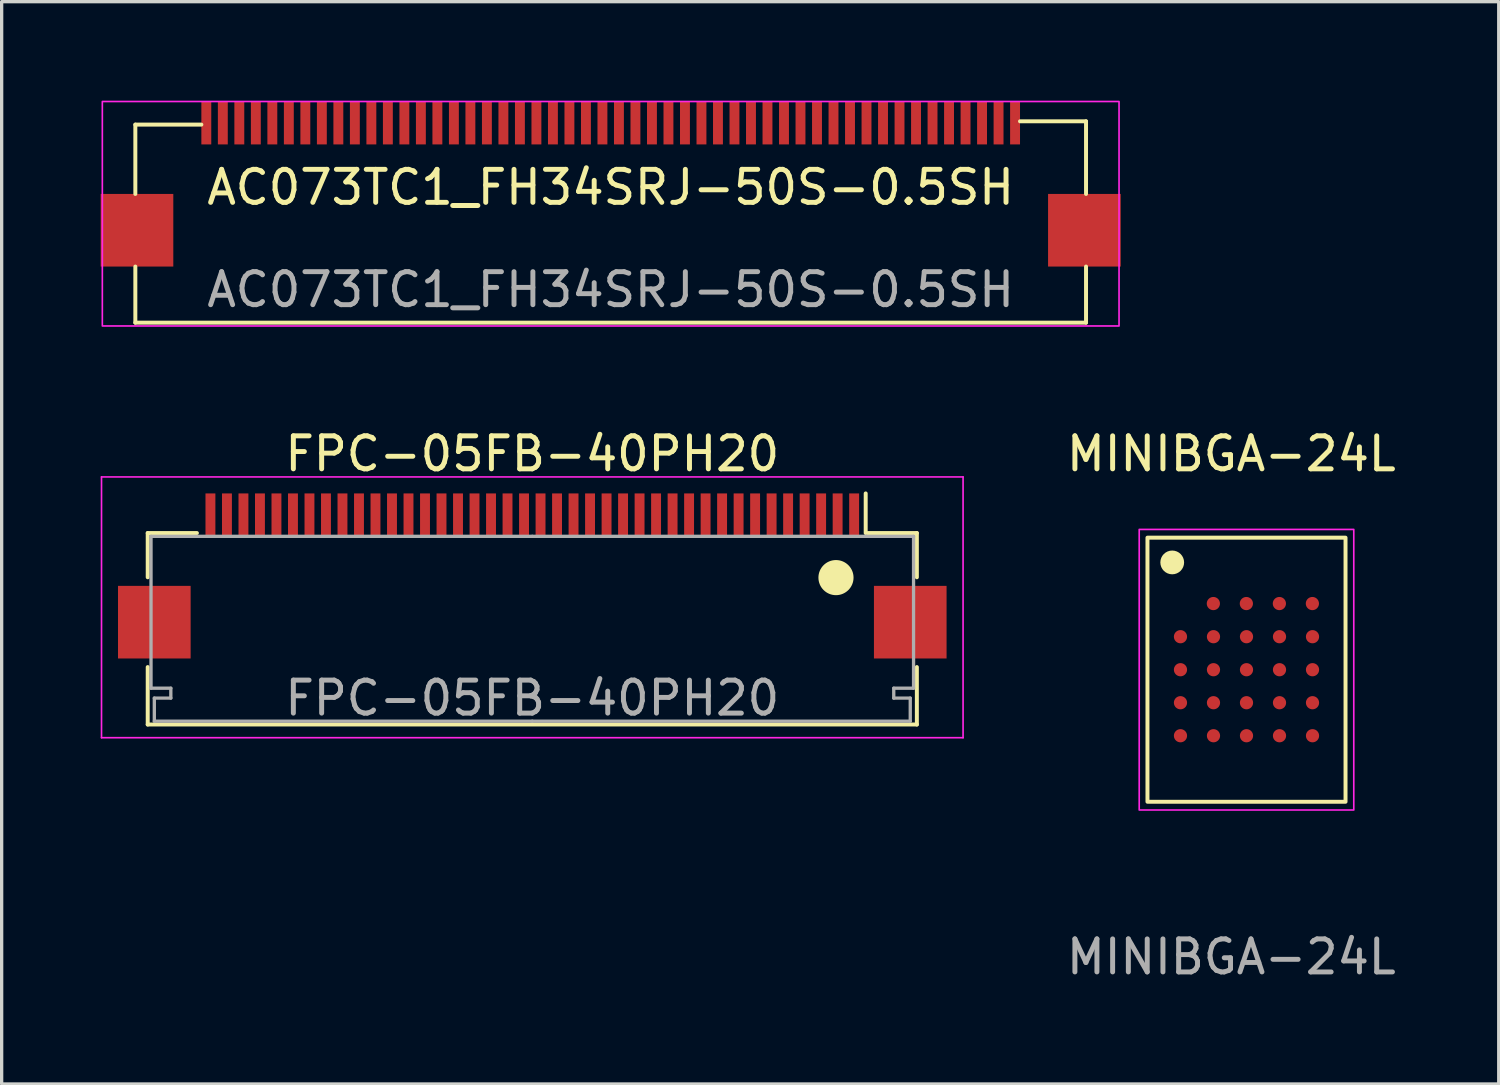
<source format=kicad_pcb>
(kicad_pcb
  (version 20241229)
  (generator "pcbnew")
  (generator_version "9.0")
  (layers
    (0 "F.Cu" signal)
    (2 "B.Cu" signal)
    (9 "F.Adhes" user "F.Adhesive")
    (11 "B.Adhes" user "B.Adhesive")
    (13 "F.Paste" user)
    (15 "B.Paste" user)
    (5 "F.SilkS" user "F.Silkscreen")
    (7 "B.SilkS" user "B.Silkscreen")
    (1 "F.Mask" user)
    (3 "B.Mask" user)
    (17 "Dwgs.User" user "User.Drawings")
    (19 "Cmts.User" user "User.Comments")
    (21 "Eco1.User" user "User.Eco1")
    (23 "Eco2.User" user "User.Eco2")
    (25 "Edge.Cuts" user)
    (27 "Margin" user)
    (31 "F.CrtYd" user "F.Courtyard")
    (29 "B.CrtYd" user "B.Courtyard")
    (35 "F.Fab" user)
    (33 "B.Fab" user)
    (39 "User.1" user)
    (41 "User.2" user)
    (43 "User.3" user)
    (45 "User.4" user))
  (footprint "AC073TC1_FH34SRJ-50S-0.5SH"
    (layer "F.Cu")
    (at 15.45 3.925)
    (property "Reference" "AC073TC1_FH34SRJ-50S-0.5SH" (at 0 -1.3 0) (unlocked yes) (layer "F.SilkS") (effects (font (size 1 1) (thickness 0.15))))
    (attr smd)
    (fp_line (start -14.4 -3.2) (end -12.4 -3.2) (stroke (width 0.12) (type default)) (layer "F.SilkS"))
    (fp_line (start -14.4 -1.1) (end -14.4 -3.2) (stroke (width 0.12) (type default)) (layer "F.SilkS"))
    (fp_line (start -14.4 2.8) (end -14.4 1.1) (stroke (width 0.12) (type default)) (layer "F.SilkS"))
    (fp_line (start 12.4 -3.3) (end 14.4 -3.3) (stroke (width 0.12) (type default)) (layer "F.SilkS"))
    (fp_line (start 14.4 -3.3) (end 14.4 -1.1) (stroke (width 0.12) (type default)) (layer "F.SilkS"))
    (fp_line (start 14.4 1.1) (end 14.4 2.8) (stroke (width 0.12) (type default)) (layer "F.SilkS"))
    (fp_line (start 14.4 2.8) (end -14.4 2.8) (stroke (width 0.12) (type default)) (layer "F.SilkS"))
    (fp_rect (start -15.4 -3.9) (end 15.4 2.9) (stroke (width 0.05) (type default)) (fill no) (layer "F.CrtYd"))
    (fp_text user "${REFERENCE}" (at 0 1.8 0) (unlocked yes) (layer "F.Fab") (effects (font (size 1 1) (thickness 0.15))))
    (pad "1" smd rect (at 12.25 -3.25) (size 0.3 1.3) (layers "F.Cu" "F.Mask" "F.Paste"))
    (pad "2" smd rect (at 11.75 -3.25) (size 0.3 1.3) (layers "F.Cu" "F.Mask" "F.Paste"))
    (pad "3" smd rect (at 11.25 -3.25) (size 0.3 1.3) (layers "F.Cu" "F.Mask" "F.Paste"))
    (pad "4" smd rect (at 10.75 -3.25) (size 0.3 1.3) (layers "F.Cu" "F.Mask" "F.Paste"))
    (pad "5" smd rect (at 10.25 -3.25) (size 0.3 1.3) (layers "F.Cu" "F.Mask" "F.Paste"))
    (pad "6" smd rect (at 9.75 -3.25) (size 0.3 1.3) (layers "F.Cu" "F.Mask" "F.Paste"))
    (pad "7" smd rect (at 9.25 -3.25) (size 0.3 1.3) (layers "F.Cu" "F.Mask" "F.Paste"))
    (pad "8" smd rect (at 8.75 -3.25) (size 0.3 1.3) (layers "F.Cu" "F.Mask" "F.Paste"))
    (pad "9" smd rect (at 8.25 -3.25) (size 0.3 1.3) (layers "F.Cu" "F.Mask" "F.Paste"))
    (pad "10" smd rect (at 7.75 -3.25) (size 0.3 1.3) (layers "F.Cu" "F.Mask" "F.Paste"))
    (pad "11" smd rect (at 7.25 -3.25) (size 0.3 1.3) (layers "F.Cu" "F.Mask" "F.Paste"))
    (pad "12" smd rect (at 6.75 -3.25) (size 0.3 1.3) (layers "F.Cu" "F.Mask" "F.Paste"))
    (pad "13" smd rect (at 6.25 -3.25) (size 0.3 1.3) (layers "F.Cu" "F.Mask" "F.Paste"))
    (pad "14" smd rect (at 5.75 -3.25) (size 0.3 1.3) (layers "F.Cu" "F.Mask" "F.Paste"))
    (pad "15" smd rect (at 5.25 -3.25) (size 0.3 1.3) (layers "F.Cu" "F.Mask" "F.Paste"))
    (pad "16" smd rect (at 4.75 -3.25) (size 0.3 1.3) (layers "F.Cu" "F.Mask" "F.Paste"))
    (pad "17" smd rect (at 4.25 -3.25) (size 0.3 1.3) (layers "F.Cu" "F.Mask" "F.Paste"))
    (pad "18" smd rect (at 3.75 -3.25) (size 0.3 1.3) (layers "F.Cu" "F.Mask" "F.Paste"))
    (pad "19" smd rect (at 3.25 -3.25) (size 0.3 1.3) (layers "F.Cu" "F.Mask" "F.Paste"))
    (pad "20" smd rect (at 2.75 -3.25) (size 0.3 1.3) (layers "F.Cu" "F.Mask" "F.Paste"))
    (pad "21" smd rect (at 2.25 -3.25) (size 0.3 1.3) (layers "F.Cu" "F.Mask" "F.Paste"))
    (pad "22" smd rect (at 1.75 -3.25) (size 0.3 1.3) (layers "F.Cu" "F.Mask" "F.Paste"))
    (pad "23" smd rect (at 1.25 -3.25) (size 0.3 1.3) (layers "F.Cu" "F.Mask" "F.Paste"))
    (pad "24" smd rect (at 0.75 -3.25) (size 0.3 1.3) (layers "F.Cu" "F.Mask" "F.Paste"))
    (pad "25" smd rect (at 0.25 -3.25) (size 0.3 1.3) (layers "F.Cu" "F.Mask" "F.Paste"))
    (pad "26" smd rect (at -0.25 -3.25) (size 0.3 1.3) (layers "F.Cu" "F.Mask" "F.Paste"))
    (pad "27" smd rect (at -0.75 -3.25) (size 0.3 1.3) (layers "F.Cu" "F.Mask" "F.Paste"))
    (pad "28" smd rect (at -1.25 -3.25) (size 0.3 1.3) (layers "F.Cu" "F.Mask" "F.Paste"))
    (pad "29" smd rect (at -1.75 -3.25) (size 0.3 1.3) (layers "F.Cu" "F.Mask" "F.Paste"))
    (pad "30" smd rect (at -2.25 -3.25) (size 0.3 1.3) (layers "F.Cu" "F.Mask" "F.Paste"))
    (pad "31" smd rect (at -2.75 -3.25) (size 0.3 1.3) (layers "F.Cu" "F.Mask" "F.Paste"))
    (pad "32" smd rect (at -3.25 -3.25) (size 0.3 1.3) (layers "F.Cu" "F.Mask" "F.Paste"))
    (pad "33" smd rect (at -3.75 -3.25) (size 0.3 1.3) (layers "F.Cu" "F.Mask" "F.Paste"))
    (pad "34" smd rect (at -4.25 -3.25) (size 0.3 1.3) (layers "F.Cu" "F.Mask" "F.Paste"))
    (pad "35" smd rect (at -4.75 -3.25) (size 0.3 1.3) (layers "F.Cu" "F.Mask" "F.Paste"))
    (pad "36" smd rect (at -5.25 -3.25) (size 0.3 1.3) (layers "F.Cu" "F.Mask" "F.Paste"))
    (pad "37" smd rect (at -5.75 -3.25) (size 0.3 1.3) (layers "F.Cu" "F.Mask" "F.Paste"))
    (pad "38" smd rect (at -6.25 -3.25) (size 0.3 1.3) (layers "F.Cu" "F.Mask" "F.Paste"))
    (pad "39" smd rect (at -6.75 -3.25) (size 0.3 1.3) (layers "F.Cu" "F.Mask" "F.Paste"))
    (pad "40" smd rect (at -7.25 -3.25) (size 0.3 1.3) (layers "F.Cu" "F.Mask" "F.Paste"))
    (pad "41" smd rect (at -7.75 -3.25) (size 0.3 1.3) (layers "F.Cu" "F.Mask" "F.Paste"))
    (pad "42" smd rect (at -8.25 -3.25) (size 0.3 1.3) (layers "F.Cu" "F.Mask" "F.Paste"))
    (pad "43" smd rect (at -8.75 -3.25) (size 0.3 1.3) (layers "F.Cu" "F.Mask" "F.Paste"))
    (pad "44" smd rect (at -9.25 -3.25) (size 0.3 1.3) (layers "F.Cu" "F.Mask" "F.Paste"))
    (pad "45" smd rect (at -9.75 -3.25) (size 0.3 1.3) (layers "F.Cu" "F.Mask" "F.Paste"))
    (pad "46" smd rect (at -10.25 -3.25) (size 0.3 1.3) (layers "F.Cu" "F.Mask" "F.Paste"))
    (pad "47" smd rect (at -10.75 -3.25) (size 0.3 1.3) (layers "F.Cu" "F.Mask" "F.Paste"))
    (pad "48" smd rect (at -11.25 -3.25) (size 0.3 1.3) (layers "F.Cu" "F.Mask" "F.Paste"))
    (pad "49" smd rect (at -11.75 -3.25) (size 0.3 1.3) (layers "F.Cu" "F.Mask" "F.Paste"))
    (pad "50" smd rect (at -12.25 -3.25) (size 0.3 1.3) (layers "F.Cu" "F.Mask" "F.Paste"))
    (pad "51" smd rect (at -14.35 0) (size 2.2 2.2) (layers "F.Cu" "F.Mask" "F.Paste"))
    (pad "52" smd rect (at 14.35 0) (size 2.2 2.2) (layers "F.Cu" "F.Mask" "F.Paste")))
  (footprint "MINIBGA-24L"
    (layer "F.Cu")
    (at 34.711 17.238)
    (property "Reference" "MINIBGA-24L" (at -0.46 -6.54 0) (unlocked yes) (layer "F.SilkS") (effects (font (size 1 1) (thickness 0.15))))
    (attr smd)
    (fp_rect (start -3 -4) (end 3 4) (stroke (width 0.12) (type solid)) (fill no) (layer "F.SilkS"))
    (fp_circle (center -2.25 -3.25) (end -1.95 -3.25) (stroke (width 0.12) (type solid)) (fill yes) (layer "F.SilkS"))
    (fp_rect (start -3.25 -4.25) (end 3.25 4.25) (stroke (width 0.05) (type solid)) (fill no) (layer "F.CrtYd"))
    (fp_text user "${REFERENCE}" (at -0.46 8.7 0) (unlocked yes) (layer "F.Fab") (effects (font (size 1 1) (thickness 0.15))))
    (pad "A2" smd circle (at -1.004 -2.004) (size 0.4 0.4) (layers "F.Cu" "F.Mask" "F.Paste"))
    (pad "A3" smd circle (at -0.004 -2.004) (size 0.4 0.4) (layers "F.Cu" "F.Mask" "F.Paste"))
    (pad "A4" smd circle (at 0.996 -2.004) (size 0.4 0.4) (layers "F.Cu" "F.Mask" "F.Paste"))
    (pad "A5" smd circle (at 1.996 -2.004) (size 0.4 0.4) (layers "F.Cu" "F.Mask" "F.Paste"))
    (pad "B1" smd circle (at -2 -1) (size 0.4 0.4) (layers "F.Cu" "F.Mask" "F.Paste"))
    (pad "B2" smd circle (at -1 -1) (size 0.4 0.4) (layers "F.Cu" "F.Mask" "F.Paste"))
    (pad "B3" smd circle (at 0 -1) (size 0.4 0.4) (layers "F.Cu" "F.Mask" "F.Paste"))
    (pad "B4" smd circle (at 1 -1) (size 0.4 0.4) (layers "F.Cu" "F.Mask" "F.Paste"))
    (pad "B5" smd circle (at 2 -1) (size 0.4 0.4) (layers "F.Cu" "F.Mask" "F.Paste"))
    (pad "C1" smd circle (at -2 0) (size 0.4 0.4) (layers "F.Cu" "F.Mask" "F.Paste"))
    (pad "C2" smd circle (at -1 0) (size 0.4 0.4) (layers "F.Cu" "F.Mask" "F.Paste"))
    (pad "C3" smd circle (at 0 0) (size 0.4 0.4) (layers "F.Cu" "F.Mask" "F.Paste"))
    (pad "C4" smd circle (at 1 0) (size 0.4 0.4) (layers "F.Cu" "F.Mask" "F.Paste"))
    (pad "C5" smd circle (at 2 0) (size 0.4 0.4) (layers "F.Cu" "F.Mask" "F.Paste"))
    (pad "D1" smd circle (at -2 1) (size 0.4 0.4) (layers "F.Cu" "F.Mask" "F.Paste"))
    (pad "D2" smd circle (at -1 1) (size 0.4 0.4) (layers "F.Cu" "F.Mask" "F.Paste"))
    (pad "D3" smd circle (at 0 1) (size 0.4 0.4) (layers "F.Cu" "F.Mask" "F.Paste"))
    (pad "D4" smd circle (at 1 1) (size 0.4 0.4) (layers "F.Cu" "F.Mask" "F.Paste"))
    (pad "D5" smd circle (at 2 1) (size 0.4 0.4) (layers "F.Cu" "F.Mask" "F.Paste"))
    (pad "E1" smd circle (at -2 2) (size 0.4 0.4) (layers "F.Cu" "F.Mask" "F.Paste"))
    (pad "E2" smd circle (at -1 2) (size 0.4 0.4) (layers "F.Cu" "F.Mask" "F.Paste"))
    (pad "E3" smd circle (at 0 2) (size 0.4 0.4) (layers "F.Cu" "F.Mask" "F.Paste"))
    (pad "E4" smd circle (at 1 2) (size 0.4 0.4) (layers "F.Cu" "F.Mask" "F.Paste"))
    (pad "E5" smd circle (at 2 2) (size 0.4 0.4) (layers "F.Cu" "F.Mask" "F.Paste")))
  (footprint "FPC-05FB-40PH20"
    (layer "F.Cu")
    (at 13.075 14.398)
    (property "Reference" "FPC-05FB-40PH20" (at 0 -3.7 0) (layer "F.SilkS") (effects (font (size 1 1) (thickness 0.15))))
    (attr smd)
    (fp_line (start -11.65 -1.3) (end -11.65 0.04) (stroke (width 0.12) (type solid)) (layer "F.SilkS"))
    (fp_line (start -11.65 2.76) (end -11.65 4.5) (stroke (width 0.12) (type solid)) (layer "F.SilkS"))
    (fp_line (start -11.65 4.5) (end 11.65 4.5) (stroke (width 0.12) (type solid)) (layer "F.SilkS"))
    (fp_line (start -10.16 -1.3) (end -11.65 -1.3) (stroke (width 0.12) (type solid)) (layer "F.SilkS"))
    (fp_line (start 10.1 -2.5) (end 10.1 -1.3) (stroke (width 0.12) (type solid)) (layer "F.SilkS"))
    (fp_line (start 10.16 -1.3) (end 11.65 -1.3) (stroke (width 0.12) (type solid)) (layer "F.SilkS"))
    (fp_line (start 11.65 -1.3) (end 11.65 0.04) (stroke (width 0.12) (type solid)) (layer "F.SilkS"))
    (fp_line (start 11.65 4.5) (end 11.65 2.76) (stroke (width 0.12) (type solid)) (layer "F.SilkS"))
    (fp_circle (center 9.2 0.05) (end 9.672 0.05) (stroke (width 0.12) (type solid)) (fill yes) (layer "F.SilkS"))
    (fp_line (start -13.05 -3) (end -13.05 4.9) (stroke (width 0.05) (type solid)) (layer "F.CrtYd"))
    (fp_line (start -13.05 4.9) (end 13.05 4.9) (stroke (width 0.05) (type solid)) (layer "F.CrtYd"))
    (fp_line (start 13.05 -3) (end -13.05 -3) (stroke (width 0.05) (type solid)) (layer "F.CrtYd"))
    (fp_line (start 13.05 4.9) (end 13.05 -3) (stroke (width 0.05) (type solid)) (layer "F.CrtYd"))
    (fp_line (start -11.55 -1.2) (end -11.55 3.4) (stroke (width 0.1) (type solid)) (layer "F.Fab"))
    (fp_line (start -11.55 3.4) (end -10.95 3.4) (stroke (width 0.1) (type solid)) (layer "F.Fab"))
    (fp_line (start -11.45 3.7) (end -11.45 4.4) (stroke (width 0.1) (type solid)) (layer "F.Fab"))
    (fp_line (start -11.45 4.4) (end 0 4.4) (stroke (width 0.1) (type solid)) (layer "F.Fab"))
    (fp_line (start -10.95 3.4) (end -10.95 3.7) (stroke (width 0.1) (type solid)) (layer "F.Fab"))
    (fp_line (start -10.95 3.7) (end -11.45 3.7) (stroke (width 0.1) (type solid)) (layer "F.Fab"))
    (fp_line (start 0 -1.2) (end -11.55 -1.2) (stroke (width 0.1) (type solid)) (layer "F.Fab"))
    (fp_line (start 0 -1.2) (end 11.55 -1.2) (stroke (width 0.1) (type solid)) (layer "F.Fab"))
    (fp_line (start 10.95 3.4) (end 10.95 3.7) (stroke (width 0.1) (type solid)) (layer "F.Fab"))
    (fp_line (start 10.95 3.7) (end 11.45 3.7) (stroke (width 0.1) (type solid)) (layer "F.Fab"))
    (fp_line (start 11.45 3.7) (end 11.45 4.4) (stroke (width 0.1) (type solid)) (layer "F.Fab"))
    (fp_line (start 11.45 4.4) (end 0 4.4) (stroke (width 0.1) (type solid)) (layer "F.Fab"))
    (fp_line (start 11.55 -1.2) (end 11.55 3.4) (stroke (width 0.1) (type solid)) (layer "F.Fab"))
    (fp_line (start 11.55 3.4) (end 10.95 3.4) (stroke (width 0.1) (type solid)) (layer "F.Fab"))
    (fp_text user "${REFERENCE}" (at 0 3.7 0) (layer "F.Fab") (effects (font (size 1 1) (thickness 0.15))))
    (pad "1" smd rect (at 9.75 -1.85) (size 0.3 1.3) (layers "F.Cu" "F.Mask" "F.Paste"))
    (pad "2" smd rect (at 9.25 -1.85) (size 0.3 1.3) (layers "F.Cu" "F.Mask" "F.Paste"))
    (pad "3" smd rect (at 8.75 -1.85) (size 0.3 1.3) (layers "F.Cu" "F.Mask" "F.Paste"))
    (pad "4" smd rect (at 8.25 -1.85) (size 0.3 1.3) (layers "F.Cu" "F.Mask" "F.Paste"))
    (pad "5" smd rect (at 7.75 -1.85) (size 0.3 1.3) (layers "F.Cu" "F.Mask" "F.Paste"))
    (pad "6" smd rect (at 7.25 -1.85) (size 0.3 1.3) (layers "F.Cu" "F.Mask" "F.Paste"))
    (pad "7" smd rect (at 6.75 -1.85) (size 0.3 1.3) (layers "F.Cu" "F.Mask" "F.Paste"))
    (pad "8" smd rect (at 6.25 -1.85) (size 0.3 1.3) (layers "F.Cu" "F.Mask" "F.Paste"))
    (pad "9" smd rect (at 5.75 -1.85) (size 0.3 1.3) (layers "F.Cu" "F.Mask" "F.Paste"))
    (pad "10" smd rect (at 5.25 -1.85) (size 0.3 1.3) (layers "F.Cu" "F.Mask" "F.Paste"))
    (pad "11" smd rect (at 4.75 -1.85) (size 0.3 1.3) (layers "F.Cu" "F.Mask" "F.Paste"))
    (pad "12" smd rect (at 4.25 -1.85) (size 0.3 1.3) (layers "F.Cu" "F.Mask" "F.Paste"))
    (pad "13" smd rect (at 3.75 -1.85) (size 0.3 1.3) (layers "F.Cu" "F.Mask" "F.Paste"))
    (pad "14" smd rect (at 3.25 -1.85) (size 0.3 1.3) (layers "F.Cu" "F.Mask" "F.Paste"))
    (pad "15" smd rect (at 2.75 -1.85) (size 0.3 1.3) (layers "F.Cu" "F.Mask" "F.Paste"))
    (pad "16" smd rect (at 2.25 -1.85) (size 0.3 1.3) (layers "F.Cu" "F.Mask" "F.Paste"))
    (pad "17" smd rect (at 1.75 -1.85) (size 0.3 1.3) (layers "F.Cu" "F.Mask" "F.Paste"))
    (pad "18" smd rect (at 1.25 -1.85) (size 0.3 1.3) (layers "F.Cu" "F.Mask" "F.Paste"))
    (pad "19" smd rect (at 0.75 -1.85) (size 0.3 1.3) (layers "F.Cu" "F.Mask" "F.Paste"))
    (pad "20" smd rect (at 0.25 -1.85) (size 0.3 1.3) (layers "F.Cu" "F.Mask" "F.Paste"))
    (pad "21" smd rect (at -0.25 -1.85) (size 0.3 1.3) (layers "F.Cu" "F.Mask" "F.Paste"))
    (pad "22" smd rect (at -0.75 -1.85) (size 0.3 1.3) (layers "F.Cu" "F.Mask" "F.Paste"))
    (pad "23" smd rect (at -1.25 -1.85) (size 0.3 1.3) (layers "F.Cu" "F.Mask" "F.Paste"))
    (pad "24" smd rect (at -1.75 -1.85) (size 0.3 1.3) (layers "F.Cu" "F.Mask" "F.Paste"))
    (pad "25" smd rect (at -2.25 -1.85) (size 0.3 1.3) (layers "F.Cu" "F.Mask" "F.Paste"))
    (pad "26" smd rect (at -2.75 -1.85) (size 0.3 1.3) (layers "F.Cu" "F.Mask" "F.Paste"))
    (pad "27" smd rect (at -3.25 -1.85) (size 0.3 1.3) (layers "F.Cu" "F.Mask" "F.Paste"))
    (pad "28" smd rect (at -3.75 -1.85) (size 0.3 1.3) (layers "F.Cu" "F.Mask" "F.Paste"))
    (pad "29" smd rect (at -4.25 -1.85) (size 0.3 1.3) (layers "F.Cu" "F.Mask" "F.Paste"))
    (pad "30" smd rect (at -4.75 -1.85) (size 0.3 1.3) (layers "F.Cu" "F.Mask" "F.Paste"))
    (pad "31" smd rect (at -5.25 -1.85) (size 0.3 1.3) (layers "F.Cu" "F.Mask" "F.Paste"))
    (pad "32" smd rect (at -5.75 -1.85) (size 0.3 1.3) (layers "F.Cu" "F.Mask" "F.Paste"))
    (pad "33" smd rect (at -6.25 -1.85) (size 0.3 1.3) (layers "F.Cu" "F.Mask" "F.Paste"))
    (pad "34" smd rect (at -6.75 -1.85) (size 0.3 1.3) (layers "F.Cu" "F.Mask" "F.Paste"))
    (pad "35" smd rect (at -7.25 -1.85) (size 0.3 1.3) (layers "F.Cu" "F.Mask" "F.Paste"))
    (pad "36" smd rect (at -7.75 -1.85) (size 0.3 1.3) (layers "F.Cu" "F.Mask" "F.Paste"))
    (pad "37" smd rect (at -8.25 -1.85) (size 0.3 1.3) (layers "F.Cu" "F.Mask" "F.Paste"))
    (pad "38" smd rect (at -8.75 -1.85) (size 0.3 1.3) (layers "F.Cu" "F.Mask" "F.Paste"))
    (pad "39" smd rect (at -9.25 -1.85) (size 0.3 1.3) (layers "F.Cu" "F.Mask" "F.Paste"))
    (pad "40" smd rect (at -9.75 -1.85) (size 0.3 1.3) (layers "F.Cu" "F.Mask" "F.Paste"))
    (pad "MP" smd rect (at -11.45 1.4) (size 2.2 2.2) (layers "F.Cu" "F.Mask" "F.Paste"))
    (pad "MP" smd rect (at 11.45 1.4) (size 2.2 2.2) (layers "F.Cu" "F.Mask" "F.Paste")))
  (gr_rect
    (start -3 -3)
    (end 42.352 29.787)
    (stroke (width 0.1) (type default))
    (fill no)
    (layer "Edge.Cuts")))
</source>
